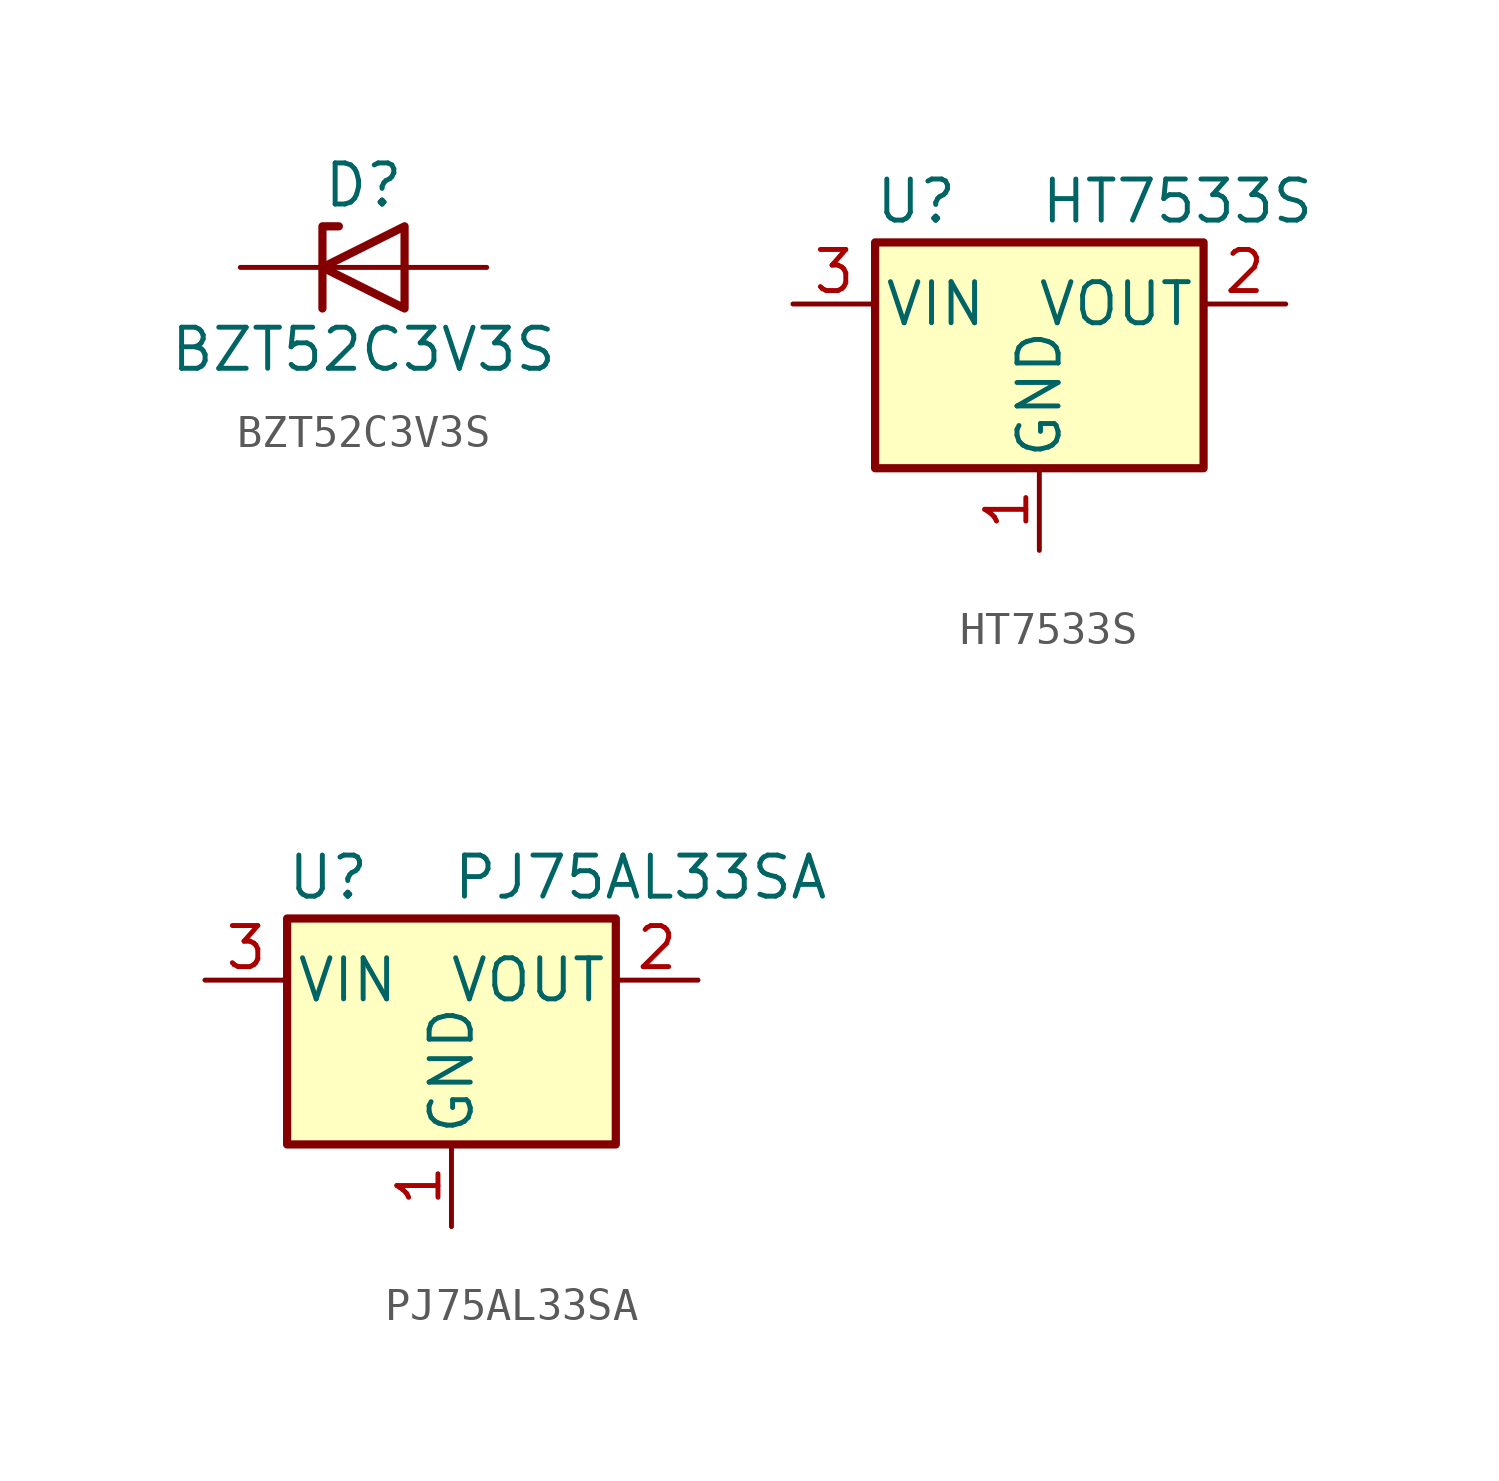
<source format=kicad_sym>
(kicad_symbol_lib
  (version 20231120)
  (generator "kicad_symbol_editor")
  (generator_version "8.0")
  (symbol "BZT52C3V3S"
    (pin_numbers hide)
    (pin_names
      (offset 1.016) hide)
    (property "Reference" "D"
      (at 0 2.54 0)
      (effects (font (size 1.27 1.27))))
    (property "Value" "BZT52C3V3S"
      (at 0 -2.54 0)
      (effects (font (size 1.27 1.27))))
    (symbol "BZT52C3V3S_0_1"
      (polyline (pts (xy 1.27 0) (xy -1.27 0)) (stroke (width 0) (type default)) (fill (type none)))
      (polyline (pts (xy -1.27 -1.27) (xy -1.27 1.27) (xy -0.762 1.27)) (stroke (width 0.254) (type default)) (fill (type none)))
      (polyline (pts (xy 1.27 -1.27) (xy 1.27 1.27) (xy -1.27 0) (xy 1.27 -1.27)) (stroke (width 0.254) (type default)) (fill (type none))))
    (symbol "BZT52C3V3S_1_1"
      (pin passive line (at -3.81 0 0) (length 2.54) (name "K" (effects (font (size 1.27 1.27)))) (number "1" (effects (font (size 1.27 1.27)))))
      (pin passive line (at 3.81 0 180) (length 2.54) (name "A" (effects (font (size 1.27 1.27)))) (number "2" (effects (font (size 1.27 1.27)))))))
  (symbol "HT7533S"
    (pin_names
      (offset 0.254))
    (property "Reference" "U"
      (at -3.81 3.175 0)
      (effects (font (size 1.27 1.27))))
    (property "Value" "HT7533S"
      (at 0 3.175 0)
      (effects (font (size 1.27 1.27)) (justify left)))
    (symbol "HT7533S_0_1"
      (rectangle (start -5.08 1.905) (end 5.08 -5.08) (stroke (width 0.254) (type default)) (fill (type background))))
    (symbol "HT7533S_1_1"
      (pin power_in line (at 0 -7.62 90) (length 2.54) (name "GND" (effects (font (size 1.27 1.27)))) (number "1" (effects (font (size 1.27 1.27)))))
      (pin power_out line (at 7.62 0 180) (length 2.54) (name "VOUT" (effects (font (size 1.27 1.27)))) (number "2" (effects (font (size 1.27 1.27)))))
      (pin power_in line (at -7.62 0 0) (length 2.54) (name "VIN" (effects (font (size 1.27 1.27)))) (number "3" (effects (font (size 1.27 1.27)))))))
  (symbol "PJ75AL33SA"
    (pin_names
      (offset 0.254))
    (property "Reference" "U"
      (at -3.81 3.175 0)
      (effects (font (size 1.27 1.27))))
    (property "Value" "PJ75AL33SA"
      (at 0 3.175 0)
      (effects (font (size 1.27 1.27)) (justify left)))
    (symbol "PJ75AL33SA_0_1"
      (rectangle (start -5.08 1.905) (end 5.08 -5.08) (stroke (width 0.254) (type default)) (fill (type background))))
    (symbol "PJ75AL33SA_1_1"
      (pin power_in line (at 0 -7.62 90) (length 2.54) (name "GND" (effects (font (size 1.27 1.27)))) (number "1" (effects (font (size 1.27 1.27)))))
      (pin power_out line (at 7.62 0 180) (length 2.54) (name "VOUT" (effects (font (size 1.27 1.27)))) (number "2" (effects (font (size 1.27 1.27)))))
      (pin power_in line (at -7.62 0 0) (length 2.54) (name "VIN" (effects (font (size 1.27 1.27)))) (number "3" (effects (font (size 1.27 1.27))))))))
</source>
